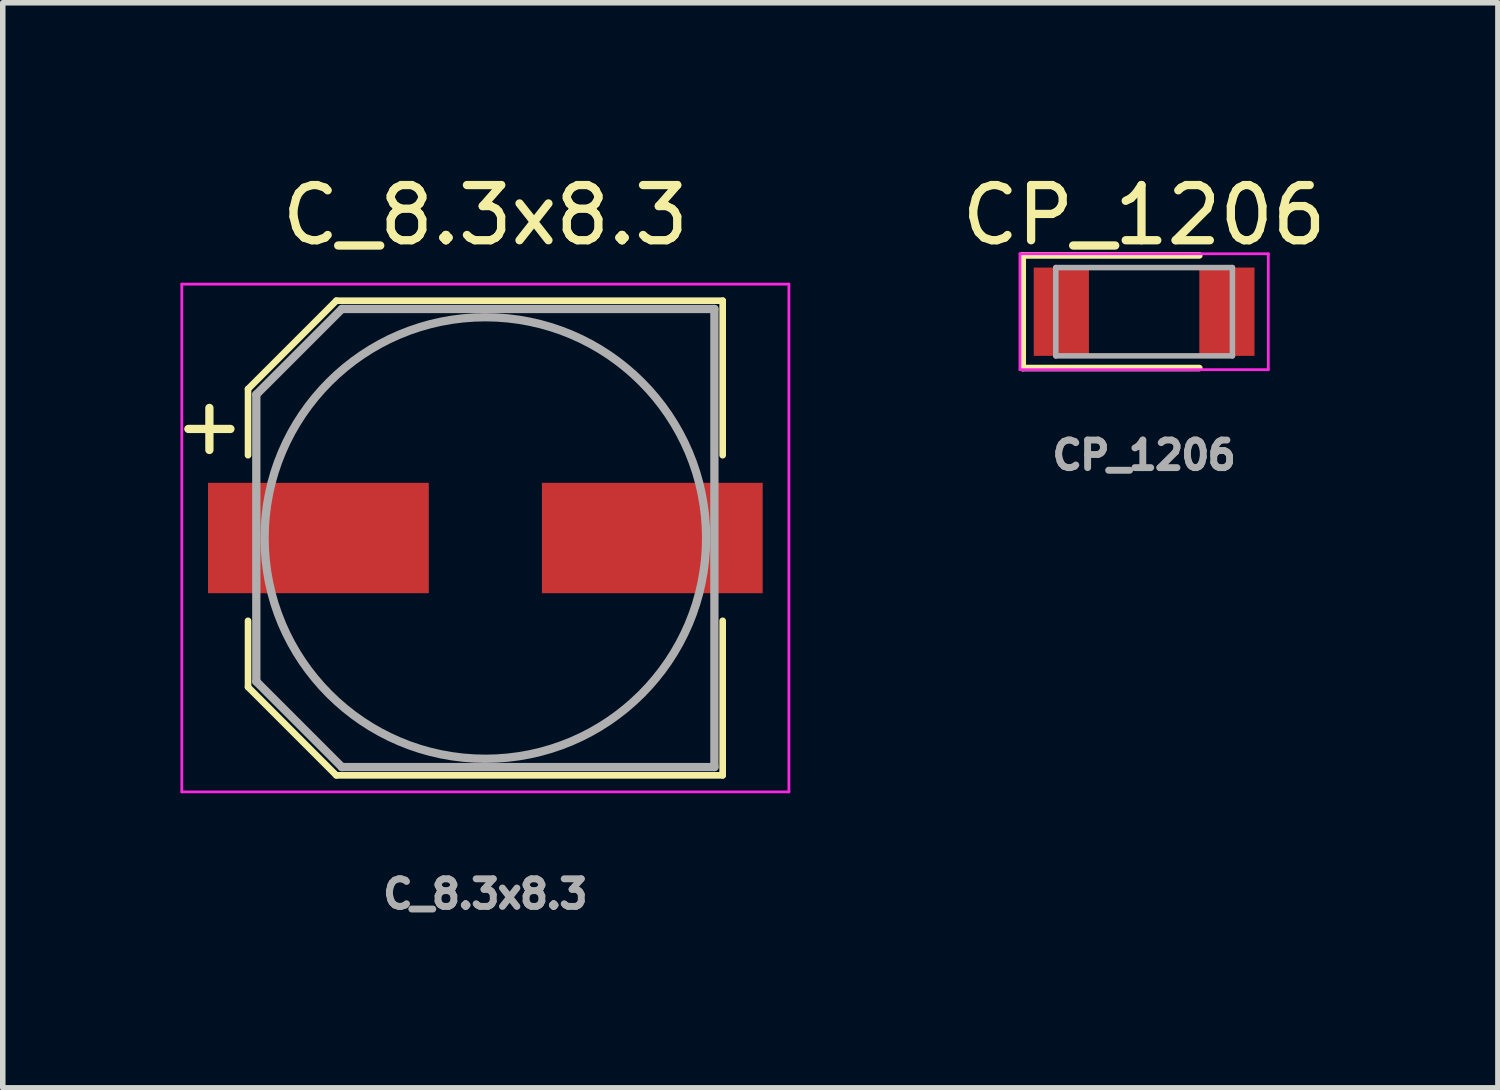
<source format=kicad_pcb>
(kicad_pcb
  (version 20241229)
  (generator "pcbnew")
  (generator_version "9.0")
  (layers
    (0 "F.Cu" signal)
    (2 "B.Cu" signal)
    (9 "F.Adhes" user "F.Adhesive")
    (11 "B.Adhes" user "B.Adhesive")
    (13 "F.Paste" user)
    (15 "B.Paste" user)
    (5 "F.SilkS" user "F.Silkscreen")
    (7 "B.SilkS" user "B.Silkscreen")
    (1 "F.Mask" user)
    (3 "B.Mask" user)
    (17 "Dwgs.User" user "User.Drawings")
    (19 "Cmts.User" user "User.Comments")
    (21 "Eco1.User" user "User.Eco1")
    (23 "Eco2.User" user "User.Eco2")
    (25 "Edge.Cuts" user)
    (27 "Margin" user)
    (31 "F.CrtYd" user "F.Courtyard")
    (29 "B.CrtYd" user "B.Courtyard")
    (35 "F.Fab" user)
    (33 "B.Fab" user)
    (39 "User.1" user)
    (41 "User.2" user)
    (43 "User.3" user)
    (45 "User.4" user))
  (footprint "C_8.3x8.3"
    (layer "F.Cu")
    (at 5.744 6.698)
    (property "Reference" "C_8.3x8.3" (at 0 -5.85 0) (layer "F.SilkS") (effects (font (size 1 1) (thickness 0.15))))
    (attr smd)
    (fp_line (start -4.3 -2.7) (end -4.3 -1.5) (stroke (width 0.12) (type solid)) (layer "F.SilkS"))
    (fp_line (start -4.3 1.5) (end -4.3 2.7) (stroke (width 0.12) (type solid)) (layer "F.SilkS"))
    (fp_line (start -4.3 2.7) (end -2.7 4.3) (stroke (width 0.12) (type solid)) (layer "F.SilkS"))
    (fp_line (start -2.7 -4.3) (end -4.3 -2.7) (stroke (width 0.12) (type solid)) (layer "F.SilkS"))
    (fp_line (start -2.7 4.3) (end 4.3 4.3) (stroke (width 0.12) (type solid)) (layer "F.SilkS"))
    (fp_line (start 4.3 -4.3) (end -2.7 -4.3) (stroke (width 0.12) (type solid)) (layer "F.SilkS"))
    (fp_line (start 4.3 -1.5) (end 4.3 -4.3) (stroke (width 0.12) (type solid)) (layer "F.SilkS"))
    (fp_line (start 4.3 4.3) (end 4.3 1.5) (stroke (width 0.12) (type solid)) (layer "F.SilkS"))
    (fp_line (start -5.5 -4.6) (end -5.5 4.6) (stroke (width 0.05) (type solid)) (layer "F.CrtYd"))
    (fp_line (start -5.5 4.6) (end 5.5 4.6) (stroke (width 0.05) (type solid)) (layer "F.CrtYd"))
    (fp_line (start 5.5 -4.6) (end -5.5 -4.6) (stroke (width 0.05) (type solid)) (layer "F.CrtYd"))
    (fp_line (start 5.5 4.6) (end 5.5 -4.6) (stroke (width 0.05) (type solid)) (layer "F.CrtYd"))
    (fp_line (start -4.15 -2.6) (end -4.15 2.6) (stroke (width 0.15) (type solid)) (layer "F.Fab"))
    (fp_line (start -4.15 2.6) (end -2.6 4.15) (stroke (width 0.15) (type solid)) (layer "F.Fab"))
    (fp_line (start -2.6 -4.15) (end -4.15 -2.6) (stroke (width 0.15) (type solid)) (layer "F.Fab"))
    (fp_line (start -2.6 4.15) (end 4.15 4.15) (stroke (width 0.15) (type solid)) (layer "F.Fab"))
    (fp_line (start 4.15 -4.15) (end -2.6 -4.15) (stroke (width 0.15) (type solid)) (layer "F.Fab"))
    (fp_line (start 4.15 4.15) (end 4.15 -4.15) (stroke (width 0.15) (type solid)) (layer "F.Fab"))
    (fp_circle (center 0 0) (end 4 0) (stroke (width 0.15) (type solid)) (fill no) (layer "F.Fab"))
    (fp_text user "+" (at -5 -2.05 0) (layer "F.SilkS") (effects (font (size 1 1) (thickness 0.15))))
    (fp_text user "${REFERENCE}" (at 0 6.45 0) (layer "F.Fab") (effects (font (size 0.5 0.5) (thickness 0.125))))
    (pad "1" smd rect (at -3.025 0 90) (size 2 4) (layers "F.Cu" "F.Mask" "F.Paste"))
    (pad "2" smd rect (at 3.025 0 90) (size 2 4) (layers "F.Cu" "F.Mask" "F.Paste")))
  (footprint "CP_1206"
    (layer "F.Cu")
    (at 17.68 2.598)
    (property "Reference" "CP_1206" (at 0 -1.75 0) (layer "F.SilkS") (effects (font (size 1 1) (thickness 0.15))))
    (attr smd)
    (fp_line (start -2.2 -1.02) (end -2.2 1.02) (stroke (width 0.12) (type solid)) (layer "F.SilkS"))
    (fp_line (start -2.2 1.02) (end 1 1.02) (stroke (width 0.12) (type solid)) (layer "F.SilkS"))
    (fp_line (start 1 -1.02) (end -2.2 -1.02) (stroke (width 0.12) (type solid)) (layer "F.SilkS"))
    (fp_line (start -2.25 -1.05) (end -2.25 1.05) (stroke (width 0.05) (type solid)) (layer "F.CrtYd"))
    (fp_line (start -2.25 -1.05) (end 2.25 -1.05) (stroke (width 0.05) (type solid)) (layer "F.CrtYd"))
    (fp_line (start 2.25 1.05) (end -2.25 1.05) (stroke (width 0.05) (type solid)) (layer "F.CrtYd"))
    (fp_line (start 2.25 1.05) (end 2.25 -1.05) (stroke (width 0.05) (type solid)) (layer "F.CrtYd"))
    (fp_line (start -1.6 -0.8) (end 1.6 -0.8) (stroke (width 0.1) (type solid)) (layer "F.Fab"))
    (fp_line (start -1.6 0.8) (end -1.6 -0.8) (stroke (width 0.1) (type solid)) (layer "F.Fab"))
    (fp_line (start 1.6 -0.8) (end 1.6 0.8) (stroke (width 0.1) (type solid)) (layer "F.Fab"))
    (fp_line (start 1.6 0.8) (end -1.6 0.8) (stroke (width 0.1) (type solid)) (layer "F.Fab"))
    (fp_text user "${REFERENCE}" (at 0 2.6 0) (layer "F.Fab") (effects (font (size 0.5 0.5) (thickness 0.125))))
    (pad "1" smd rect (at -1.5 0) (size 1 1.6) (layers "F.Cu" "F.Mask" "F.Paste"))
    (pad "2" smd rect (at 1.5 0) (size 1 1.6) (layers "F.Cu" "F.Mask" "F.Paste")))
  (gr_rect
    (start -3 -3)
    (end 24.09 16.66)
    (stroke (width 0.1) (type default))
    (fill no)
    (layer "Edge.Cuts")))
</source>
